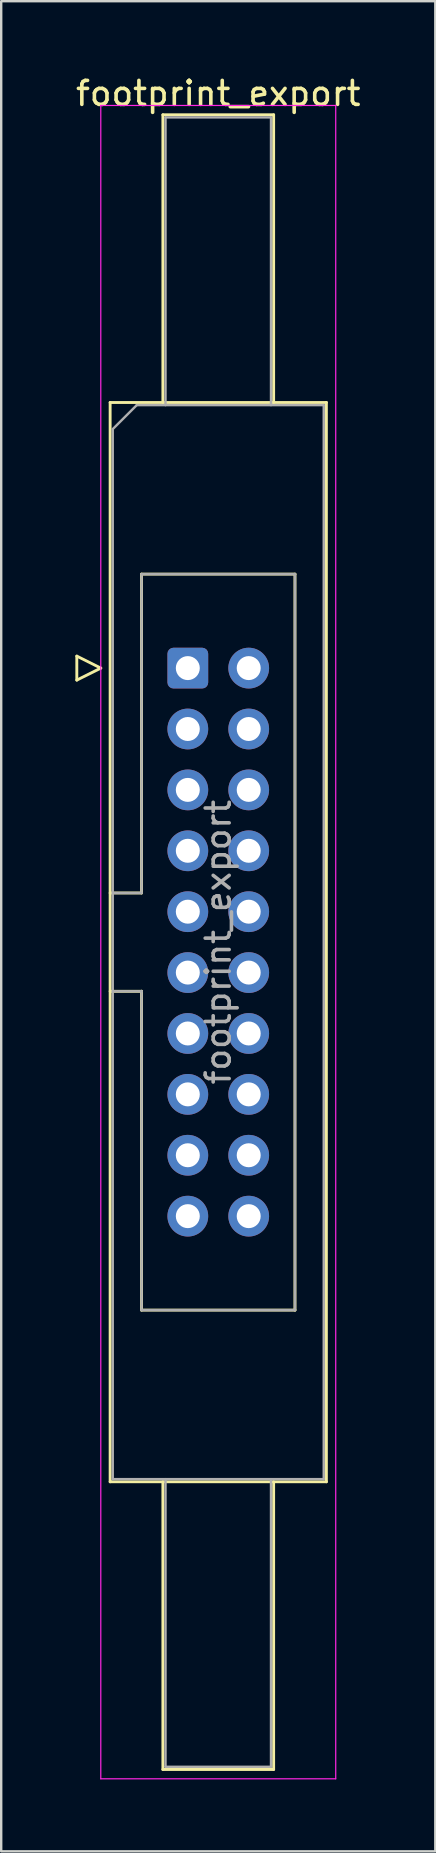
<source format=kicad_pcb>
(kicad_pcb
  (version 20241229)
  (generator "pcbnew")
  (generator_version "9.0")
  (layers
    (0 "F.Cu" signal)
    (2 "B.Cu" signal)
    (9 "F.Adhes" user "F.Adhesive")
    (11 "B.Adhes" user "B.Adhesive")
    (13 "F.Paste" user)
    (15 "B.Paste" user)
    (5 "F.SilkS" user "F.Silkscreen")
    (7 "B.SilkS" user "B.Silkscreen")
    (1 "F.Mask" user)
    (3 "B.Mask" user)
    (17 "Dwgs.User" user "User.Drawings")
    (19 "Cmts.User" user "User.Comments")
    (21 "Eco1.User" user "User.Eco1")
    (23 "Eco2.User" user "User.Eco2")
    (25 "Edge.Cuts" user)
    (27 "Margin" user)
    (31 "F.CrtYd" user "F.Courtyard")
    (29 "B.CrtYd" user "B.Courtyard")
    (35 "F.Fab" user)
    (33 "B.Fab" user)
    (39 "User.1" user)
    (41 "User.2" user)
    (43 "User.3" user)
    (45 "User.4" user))
  (footprint "footprint_export"
    (layer "F.Cu")
    (at 4.784 24.818)
    (property "Reference" "footprint_export" (at 1.27 -23.97 0) (layer "F.SilkS") (effects (font (size 1 1) (thickness 0.15))))
    (attr through_hole)
    (fp_line (start -4.63 -0.5) (end -4.63 0.5) (stroke (width 0.12) (type solid)) (layer "F.SilkS"))
    (fp_line (start -4.63 0.5) (end -3.63 0) (stroke (width 0.12) (type solid)) (layer "F.SilkS"))
    (fp_line (start -3.63 0) (end -4.63 -0.5) (stroke (width 0.12) (type solid)) (layer "F.SilkS"))
    (fp_line (start -3.24 -11.08) (end 5.78 -11.08) (stroke (width 0.12) (type solid)) (layer "F.SilkS"))
    (fp_line (start -3.24 9.38) (end -1.93 9.38) (stroke (width 0.12) (type solid)) (layer "F.SilkS"))
    (fp_line (start -3.24 33.94) (end -3.24 -11.08) (stroke (width 0.12) (type solid)) (layer "F.SilkS"))
    (fp_line (start -1.93 -3.92) (end 4.47 -3.92) (stroke (width 0.12) (type solid)) (layer "F.SilkS"))
    (fp_line (start -1.93 9.38) (end -1.93 -3.92) (stroke (width 0.12) (type solid)) (layer "F.SilkS"))
    (fp_line (start -1.93 13.48) (end -3.24 13.48) (stroke (width 0.12) (type solid)) (layer "F.SilkS"))
    (fp_line (start -1.93 13.48) (end -1.93 13.48) (stroke (width 0.12) (type solid)) (layer "F.SilkS"))
    (fp_line (start -1.93 26.78) (end -1.93 13.48) (stroke (width 0.12) (type solid)) (layer "F.SilkS"))
    (fp_line (start -1.04 -23.08) (end 3.58 -23.08) (stroke (width 0.12) (type solid)) (layer "F.SilkS"))
    (fp_line (start -1.04 -11.08) (end -1.04 -23.08) (stroke (width 0.12) (type solid)) (layer "F.SilkS"))
    (fp_line (start -1.04 33.94) (end -1.04 45.94) (stroke (width 0.12) (type solid)) (layer "F.SilkS"))
    (fp_line (start -1.04 45.94) (end 3.58 45.94) (stroke (width 0.12) (type solid)) (layer "F.SilkS"))
    (fp_line (start 3.58 -23.08) (end 3.58 -11.08) (stroke (width 0.12) (type solid)) (layer "F.SilkS"))
    (fp_line (start 3.58 45.94) (end 3.58 33.94) (stroke (width 0.12) (type solid)) (layer "F.SilkS"))
    (fp_line (start 4.47 -3.92) (end 4.47 26.78) (stroke (width 0.12) (type solid)) (layer "F.SilkS"))
    (fp_line (start 4.47 26.78) (end -1.93 26.78) (stroke (width 0.12) (type solid)) (layer "F.SilkS"))
    (fp_line (start 5.78 -11.08) (end 5.78 33.94) (stroke (width 0.12) (type solid)) (layer "F.SilkS"))
    (fp_line (start 5.78 33.94) (end -3.24 33.94) (stroke (width 0.12) (type solid)) (layer "F.SilkS"))
    (fp_line (start -3.63 -23.47) (end -3.63 46.33) (stroke (width 0.05) (type solid)) (layer "F.CrtYd"))
    (fp_line (start -3.63 46.33) (end 6.17 46.33) (stroke (width 0.05) (type solid)) (layer "F.CrtYd"))
    (fp_line (start 6.17 -23.47) (end -3.63 -23.47) (stroke (width 0.05) (type solid)) (layer "F.CrtYd"))
    (fp_line (start 6.17 46.33) (end 6.17 -23.47) (stroke (width 0.05) (type solid)) (layer "F.CrtYd"))
    (fp_line (start -3.13 -9.97) (end -2.13 -10.97) (stroke (width 0.1) (type solid)) (layer "F.Fab"))
    (fp_line (start -3.13 9.38) (end -1.93 9.38) (stroke (width 0.1) (type solid)) (layer "F.Fab"))
    (fp_line (start -3.13 33.83) (end -3.13 -9.97) (stroke (width 0.1) (type solid)) (layer "F.Fab"))
    (fp_line (start -2.13 -10.97) (end 5.67 -10.97) (stroke (width 0.1) (type solid)) (layer "F.Fab"))
    (fp_line (start -1.93 -3.92) (end 4.47 -3.92) (stroke (width 0.1) (type solid)) (layer "F.Fab"))
    (fp_line (start -1.93 9.38) (end -1.93 -3.92) (stroke (width 0.1) (type solid)) (layer "F.Fab"))
    (fp_line (start -1.93 13.48) (end -3.13 13.48) (stroke (width 0.1) (type solid)) (layer "F.Fab"))
    (fp_line (start -1.93 13.48) (end -1.93 13.48) (stroke (width 0.1) (type solid)) (layer "F.Fab"))
    (fp_line (start -1.93 26.78) (end -1.93 13.48) (stroke (width 0.1) (type solid)) (layer "F.Fab"))
    (fp_line (start -0.93 -22.97) (end 3.47 -22.97) (stroke (width 0.1) (type solid)) (layer "F.Fab"))
    (fp_line (start -0.93 -10.97) (end -0.93 -22.97) (stroke (width 0.1) (type solid)) (layer "F.Fab"))
    (fp_line (start -0.93 33.83) (end -0.93 45.83) (stroke (width 0.1) (type solid)) (layer "F.Fab"))
    (fp_line (start -0.93 45.83) (end 3.47 45.83) (stroke (width 0.1) (type solid)) (layer "F.Fab"))
    (fp_line (start 3.47 -22.97) (end 3.47 -10.97) (stroke (width 0.1) (type solid)) (layer "F.Fab"))
    (fp_line (start 3.47 45.83) (end 3.47 33.83) (stroke (width 0.1) (type solid)) (layer "F.Fab"))
    (fp_line (start 4.47 -3.92) (end 4.47 26.78) (stroke (width 0.1) (type solid)) (layer "F.Fab"))
    (fp_line (start 4.47 26.78) (end -1.93 26.78) (stroke (width 0.1) (type solid)) (layer "F.Fab"))
    (fp_line (start 5.67 -10.97) (end 5.67 33.83) (stroke (width 0.1) (type solid)) (layer "F.Fab"))
    (fp_line (start 5.67 33.83) (end -3.13 33.83) (stroke (width 0.1) (type solid)) (layer "F.Fab"))
    (fp_text user "${REFERENCE}" (at 1.27 11.43 90) (layer "F.Fab") (effects (font (size 1 1) (thickness 0.15))))
    (pad "1" thru_hole roundrect (at 0 0) (size 1.7 1.7) (drill 1) (layers "*.Cu" "*.Mask") (roundrect_rratio 0.147))
    (pad "2" thru_hole circle (at 2.54 0) (size 1.7 1.7) (drill 1) (layers "*.Cu" "*.Mask"))
    (pad "3" thru_hole circle (at 0 2.54) (size 1.7 1.7) (drill 1) (layers "*.Cu" "*.Mask"))
    (pad "4" thru_hole circle (at 2.54 2.54) (size 1.7 1.7) (drill 1) (layers "*.Cu" "*.Mask"))
    (pad "5" thru_hole circle (at 0 5.08) (size 1.7 1.7) (drill 1) (layers "*.Cu" "*.Mask"))
    (pad "6" thru_hole circle (at 2.54 5.08) (size 1.7 1.7) (drill 1) (layers "*.Cu" "*.Mask"))
    (pad "7" thru_hole circle (at 0 7.62) (size 1.7 1.7) (drill 1) (layers "*.Cu" "*.Mask"))
    (pad "8" thru_hole circle (at 2.54 7.62) (size 1.7 1.7) (drill 1) (layers "*.Cu" "*.Mask"))
    (pad "9" thru_hole circle (at 0 10.16) (size 1.7 1.7) (drill 1) (layers "*.Cu" "*.Mask"))
    (pad "10" thru_hole circle (at 2.54 10.16) (size 1.7 1.7) (drill 1) (layers "*.Cu" "*.Mask"))
    (pad "11" thru_hole circle (at 0 12.7) (size 1.7 1.7) (drill 1) (layers "*.Cu" "*.Mask"))
    (pad "12" thru_hole circle (at 2.54 12.7) (size 1.7 1.7) (drill 1) (layers "*.Cu" "*.Mask"))
    (pad "13" thru_hole circle (at 0 15.24) (size 1.7 1.7) (drill 1) (layers "*.Cu" "*.Mask"))
    (pad "14" thru_hole circle (at 2.54 15.24) (size 1.7 1.7) (drill 1) (layers "*.Cu" "*.Mask"))
    (pad "15" thru_hole circle (at 0 17.78) (size 1.7 1.7) (drill 1) (layers "*.Cu" "*.Mask"))
    (pad "16" thru_hole circle (at 2.54 17.78) (size 1.7 1.7) (drill 1) (layers "*.Cu" "*.Mask"))
    (pad "17" thru_hole circle (at 0 20.32) (size 1.7 1.7) (drill 1) (layers "*.Cu" "*.Mask"))
    (pad "18" thru_hole circle (at 2.54 20.32) (size 1.7 1.7) (drill 1) (layers "*.Cu" "*.Mask"))
    (pad "19" thru_hole circle (at 0 22.86) (size 1.7 1.7) (drill 1) (layers "*.Cu" "*.Mask"))
    (pad "20" thru_hole circle (at 2.54 22.86) (size 1.7 1.7) (drill 1) (layers "*.Cu" "*.Mask")))
  (gr_rect
    (start -3 -3)
    (end 15.107 74.173)
    (stroke (width 0.1) (type default))
    (fill no)
    (layer "Edge.Cuts")))
</source>
